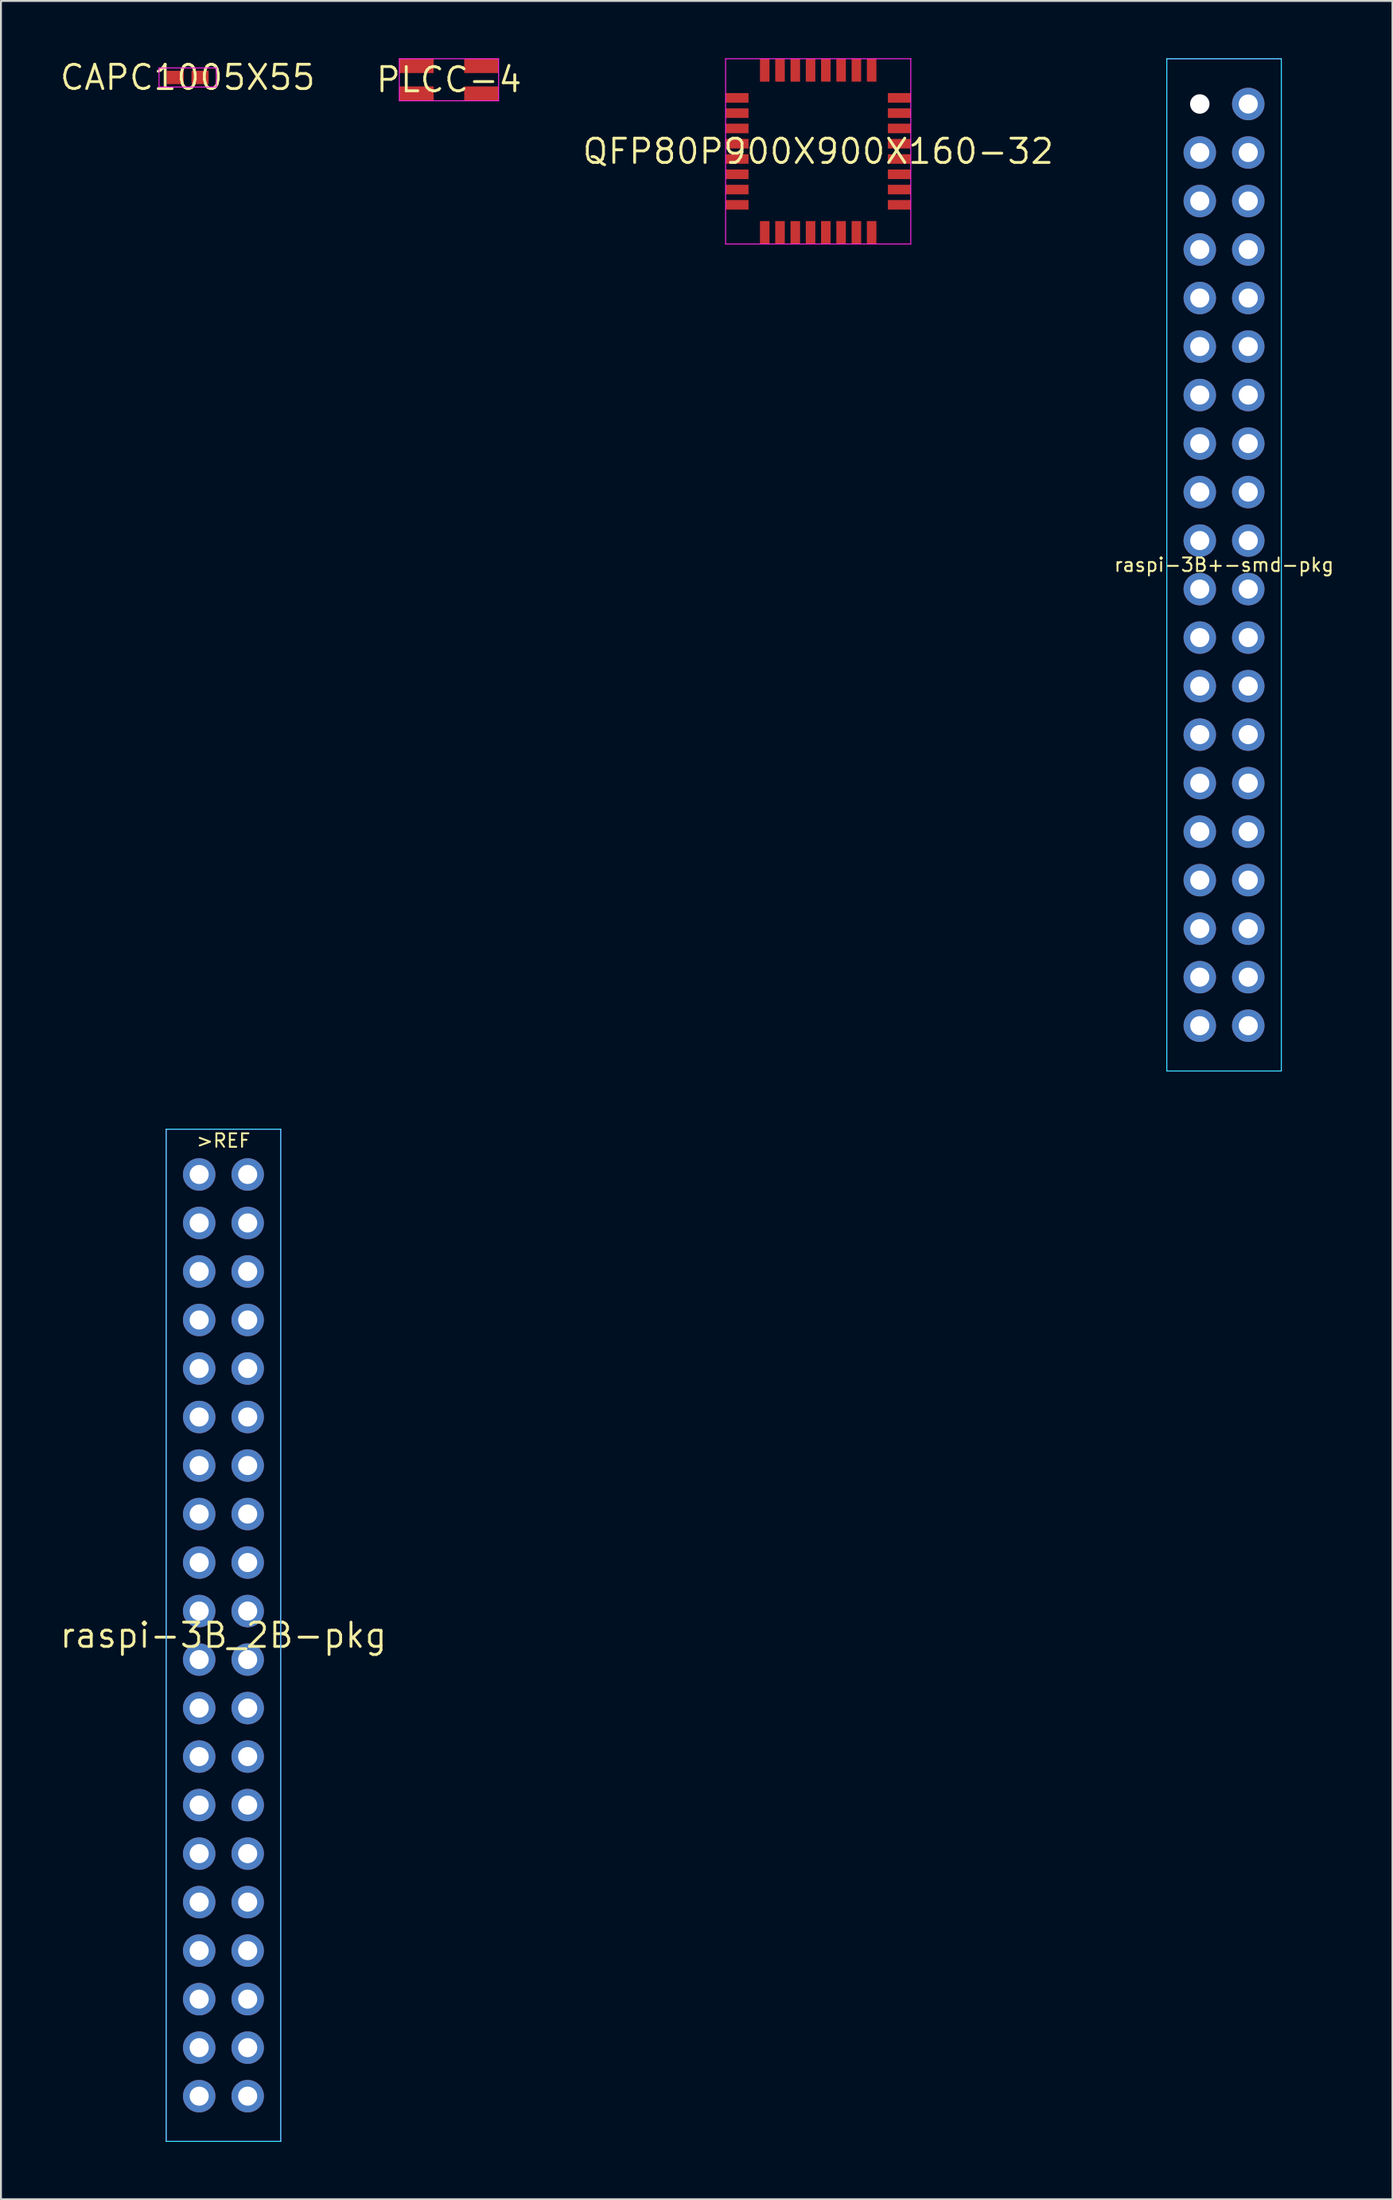
<source format=kicad_pcb>
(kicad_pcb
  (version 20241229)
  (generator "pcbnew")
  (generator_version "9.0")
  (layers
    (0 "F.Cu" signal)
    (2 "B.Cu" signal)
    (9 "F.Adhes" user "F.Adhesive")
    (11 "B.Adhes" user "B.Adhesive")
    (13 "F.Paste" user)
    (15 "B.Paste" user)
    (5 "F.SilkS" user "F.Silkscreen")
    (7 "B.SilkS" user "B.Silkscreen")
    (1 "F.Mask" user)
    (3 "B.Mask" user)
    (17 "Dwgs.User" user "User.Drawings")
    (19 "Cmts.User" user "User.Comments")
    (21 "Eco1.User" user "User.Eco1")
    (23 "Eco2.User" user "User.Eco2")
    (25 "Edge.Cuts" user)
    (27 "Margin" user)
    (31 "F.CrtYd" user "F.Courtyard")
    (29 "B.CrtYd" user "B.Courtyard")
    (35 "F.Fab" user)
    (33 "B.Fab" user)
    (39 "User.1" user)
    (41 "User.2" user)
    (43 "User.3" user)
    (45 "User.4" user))
  (footprint "QFP80P900X900X160-32"
    (layer "F.Cu")
    (at 39.812 4.875)
    (property "Reference" "QFP80P900X900X160-32" (at 0 0 0) (layer "F.SilkS") (effects (font (size 1.27 1.27) (thickness 0.15))))
    (attr through_hole)
    (fp_line (start -4.85 -4.85) (end -4.85 4.85) (stroke (width 0.05) (type solid)) (layer "F.CrtYd"))
    (fp_line (start -4.85 4.85) (end 4.85 4.85) (stroke (width 0.05) (type solid)) (layer "F.CrtYd"))
    (fp_line (start 4.85 -4.85) (end -4.85 -4.85) (stroke (width 0.05) (type solid)) (layer "F.CrtYd"))
    (fp_line (start 4.85 4.85) (end 4.85 -4.85) (stroke (width 0.05) (type solid)) (layer "F.CrtYd"))
    (pad "0" smd rect (at -2.8 4.25) (size 0.5 1.2) (layers "F.Cu" "F.Mask" "F.Paste"))
    (pad "1" smd rect (at -2 4.25) (size 0.5 1.2) (layers "F.Cu" "F.Mask" "F.Paste"))
    (pad "2" smd rect (at -1.2 4.25) (size 0.5 1.2) (layers "F.Cu" "F.Mask" "F.Paste"))
    (pad "3" smd rect (at -0.4 4.25) (size 0.5 1.2) (layers "F.Cu" "F.Mask" "F.Paste"))
    (pad "4" smd rect (at 0.4 4.25) (size 0.5 1.2) (layers "F.Cu" "F.Mask" "F.Paste"))
    (pad "5" smd rect (at 1.2 4.25) (size 0.5 1.2) (layers "F.Cu" "F.Mask" "F.Paste"))
    (pad "6" smd rect (at 2 4.25) (size 0.5 1.2) (layers "F.Cu" "F.Mask" "F.Paste"))
    (pad "7" smd rect (at 2.8 4.25) (size 0.5 1.2) (layers "F.Cu" "F.Mask" "F.Paste"))
    (pad "8" smd rect (at 4.25 2.8 90) (size 0.5 1.2) (layers "F.Cu" "F.Mask" "F.Paste"))
    (pad "9" smd rect (at 4.25 2 90) (size 0.5 1.2) (layers "F.Cu" "F.Mask" "F.Paste"))
    (pad "10" smd rect (at 4.25 1.2 90) (size 0.5 1.2) (layers "F.Cu" "F.Mask" "F.Paste"))
    (pad "11" smd rect (at 4.25 0.4 90) (size 0.5 1.2) (layers "F.Cu" "F.Mask" "F.Paste"))
    (pad "12" smd rect (at 4.25 -0.4 90) (size 0.5 1.2) (layers "F.Cu" "F.Mask" "F.Paste"))
    (pad "13" smd rect (at 4.25 -1.2 90) (size 0.5 1.2) (layers "F.Cu" "F.Mask" "F.Paste"))
    (pad "14" smd rect (at 4.25 -2 90) (size 0.5 1.2) (layers "F.Cu" "F.Mask" "F.Paste"))
    (pad "15" smd rect (at 4.25 -2.8 90) (size 0.5 1.2) (layers "F.Cu" "F.Mask" "F.Paste"))
    (pad "16" smd rect (at 2.8 -4.25 180) (size 0.5 1.2) (layers "F.Cu" "F.Mask" "F.Paste"))
    (pad "17" smd rect (at 2 -4.25 180) (size 0.5 1.2) (layers "F.Cu" "F.Mask" "F.Paste"))
    (pad "18" smd rect (at 1.2 -4.25 180) (size 0.5 1.2) (layers "F.Cu" "F.Mask" "F.Paste"))
    (pad "19" smd rect (at 0.4 -4.25 180) (size 0.5 1.2) (layers "F.Cu" "F.Mask" "F.Paste"))
    (pad "20" smd rect (at -0.4 -4.25 180) (size 0.5 1.2) (layers "F.Cu" "F.Mask" "F.Paste"))
    (pad "21" smd rect (at -1.2 -4.25 180) (size 0.5 1.2) (layers "F.Cu" "F.Mask" "F.Paste"))
    (pad "22" smd rect (at -2 -4.25 180) (size 0.5 1.2) (layers "F.Cu" "F.Mask" "F.Paste"))
    (pad "23" smd rect (at -2.8 -4.25 180) (size 0.5 1.2) (layers "F.Cu" "F.Mask" "F.Paste"))
    (pad "24" smd rect (at -4.25 -2.8 270) (size 0.5 1.2) (layers "F.Cu" "F.Mask" "F.Paste"))
    (pad "25" smd rect (at -4.25 -2 270) (size 0.5 1.2) (layers "F.Cu" "F.Mask" "F.Paste"))
    (pad "26" smd rect (at -4.25 -1.2 270) (size 0.5 1.2) (layers "F.Cu" "F.Mask" "F.Paste"))
    (pad "27" smd rect (at -4.25 -0.4 270) (size 0.5 1.2) (layers "F.Cu" "F.Mask" "F.Paste"))
    (pad "28" smd rect (at -4.25 0.4 270) (size 0.5 1.2) (layers "F.Cu" "F.Mask" "F.Paste"))
    (pad "29" smd rect (at -4.25 1.2 270) (size 0.5 1.2) (layers "F.Cu" "F.Mask" "F.Paste"))
    (pad "30" smd rect (at -4.25 2 270) (size 0.5 1.2) (layers "F.Cu" "F.Mask" "F.Paste"))
    (pad "31" smd rect (at -4.25 2.8 270) (size 0.5 1.2) (layers "F.Cu" "F.Mask" "F.Paste")))
  (footprint "raspi-3B_2B-pkg"
    (layer "F.Cu")
    (at 8.655 82.575)
    (property "Reference" "raspi-3B_2B-pkg" (at 0 0 0) (layer "F.SilkS") (effects (font (size 1.27 1.27) (thickness 0.15))))
    (attr through_hole)
    (fp_line (start -3 -26.5) (end -3 26.5) (stroke (width 0.05) (type solid)) (layer "B.CrtYd"))
    (fp_line (start -3 26.5) (end 3 26.5) (stroke (width 0.05) (type solid)) (layer "B.CrtYd"))
    (fp_line (start 3 -26.5) (end -3 -26.5) (stroke (width 0.05) (type solid)) (layer "B.CrtYd"))
    (fp_line (start 3 26.5) (end 3 -26.5) (stroke (width 0.05) (type solid)) (layer "B.CrtYd"))
    (fp_line (start -3 -26.5) (end -3 26.5) (stroke (width 0.05) (type solid)) (layer "F.CrtYd"))
    (fp_line (start -3 26.5) (end 3 26.5) (stroke (width 0.05) (type solid)) (layer "F.CrtYd"))
    (fp_line (start 3 -26.5) (end -3 -26.5) (stroke (width 0.05) (type solid)) (layer "F.CrtYd"))
    (fp_line (start 3 26.5) (end 3 -26.5) (stroke (width 0.05) (type solid)) (layer "F.CrtYd"))
    (fp_text user ">REF" (at 0 -25.9 0) (layer "F.SilkS") (effects (font (size 0.706 0.706) (thickness 0.1))))
    (pad "0" thru_hole circle (at -1.27 -24.13) (size 1.7 1.7) (drill 1) (layers "*.Cu" "F.Mask"))
    (pad "1" thru_hole circle (at 1.27 -24.13) (size 1.7 1.7) (drill 1) (layers "*.Cu" "F.Mask"))
    (pad "2" thru_hole circle (at -1.27 -21.59) (size 1.7 1.7) (drill 1) (layers "*.Cu" "F.Mask"))
    (pad "3" thru_hole circle (at 1.27 -21.59) (size 1.7 1.7) (drill 1) (layers "*.Cu" "F.Mask"))
    (pad "4" thru_hole circle (at -1.27 -19.05) (size 1.7 1.7) (drill 1) (layers "*.Cu" "F.Mask"))
    (pad "5" thru_hole circle (at 1.27 -19.05) (size 1.7 1.7) (drill 1) (layers "*.Cu" "F.Mask"))
    (pad "6" thru_hole circle (at -1.27 -16.51) (size 1.7 1.7) (drill 1) (layers "*.Cu" "F.Mask"))
    (pad "7" thru_hole circle (at 1.27 -16.51) (size 1.7 1.7) (drill 1) (layers "*.Cu" "F.Mask"))
    (pad "8" thru_hole circle (at -1.27 -13.97) (size 1.7 1.7) (drill 1) (layers "*.Cu" "F.Mask"))
    (pad "9" thru_hole circle (at 1.27 -13.97) (size 1.7 1.7) (drill 1) (layers "*.Cu" "F.Mask"))
    (pad "10" thru_hole circle (at -1.27 -11.43) (size 1.7 1.7) (drill 1) (layers "*.Cu" "F.Mask"))
    (pad "11" thru_hole circle (at 1.27 -11.43) (size 1.7 1.7) (drill 1) (layers "*.Cu" "F.Mask"))
    (pad "12" thru_hole circle (at -1.27 -8.89) (size 1.7 1.7) (drill 1) (layers "*.Cu" "F.Mask"))
    (pad "13" thru_hole circle (at 1.27 -8.89) (size 1.7 1.7) (drill 1) (layers "*.Cu" "F.Mask"))
    (pad "14" thru_hole circle (at -1.27 -6.35) (size 1.7 1.7) (drill 1) (layers "*.Cu" "F.Mask"))
    (pad "15" thru_hole circle (at 1.27 -6.35) (size 1.7 1.7) (drill 1) (layers "*.Cu" "F.Mask"))
    (pad "16" thru_hole circle (at -1.27 -3.81) (size 1.7 1.7) (drill 1) (layers "*.Cu" "F.Mask"))
    (pad "17" thru_hole circle (at 1.27 -3.81) (size 1.7 1.7) (drill 1) (layers "*.Cu" "F.Mask"))
    (pad "18" thru_hole circle (at -1.27 -1.27) (size 1.7 1.7) (drill 1) (layers "*.Cu" "F.Mask"))
    (pad "19" thru_hole circle (at 1.27 -1.27) (size 1.7 1.7) (drill 1) (layers "*.Cu" "F.Mask"))
    (pad "20" thru_hole circle (at -1.27 1.27) (size 1.7 1.7) (drill 1) (layers "*.Cu" "F.Mask"))
    (pad "21" thru_hole circle (at 1.27 1.27) (size 1.7 1.7) (drill 1) (layers "*.Cu" "F.Mask"))
    (pad "22" thru_hole circle (at -1.27 3.81) (size 1.7 1.7) (drill 1) (layers "*.Cu" "F.Mask"))
    (pad "23" thru_hole circle (at 1.27 3.81) (size 1.7 1.7) (drill 1) (layers "*.Cu" "F.Mask"))
    (pad "24" thru_hole circle (at -1.27 6.35) (size 1.7 1.7) (drill 1) (layers "*.Cu" "F.Mask"))
    (pad "25" thru_hole circle (at 1.27 6.35) (size 1.7 1.7) (drill 1) (layers "*.Cu" "F.Mask"))
    (pad "26" thru_hole circle (at -1.27 8.89) (size 1.7 1.7) (drill 1) (layers "*.Cu" "F.Mask"))
    (pad "27" thru_hole circle (at 1.27 8.89) (size 1.7 1.7) (drill 1) (layers "*.Cu" "F.Mask"))
    (pad "28" thru_hole circle (at -1.27 11.43) (size 1.7 1.7) (drill 1) (layers "*.Cu" "F.Mask"))
    (pad "29" thru_hole circle (at 1.27 11.43) (size 1.7 1.7) (drill 1) (layers "*.Cu" "F.Mask"))
    (pad "30" thru_hole circle (at -1.27 13.97) (size 1.7 1.7) (drill 1) (layers "*.Cu" "F.Mask"))
    (pad "31" thru_hole circle (at 1.27 13.97) (size 1.7 1.7) (drill 1) (layers "*.Cu" "F.Mask"))
    (pad "32" thru_hole circle (at -1.27 16.51) (size 1.7 1.7) (drill 1) (layers "*.Cu" "F.Mask"))
    (pad "33" thru_hole circle (at 1.27 16.51) (size 1.7 1.7) (drill 1) (layers "*.Cu" "F.Mask"))
    (pad "34" thru_hole circle (at -1.27 19.05) (size 1.7 1.7) (drill 1) (layers "*.Cu" "F.Mask"))
    (pad "35" thru_hole circle (at 1.27 19.05) (size 1.7 1.7) (drill 1) (layers "*.Cu" "F.Mask"))
    (pad "36" thru_hole circle (at -1.27 21.59) (size 1.7 1.7) (drill 1) (layers "*.Cu" "F.Mask"))
    (pad "37" thru_hole circle (at 1.27 21.59) (size 1.7 1.7) (drill 1) (layers "*.Cu" "F.Mask"))
    (pad "38" thru_hole circle (at -1.27 24.13) (size 1.7 1.7) (drill 1) (layers "*.Cu" "F.Mask"))
    (pad "39" thru_hole circle (at 1.27 24.13) (size 1.7 1.7) (drill 1) (layers "*.Cu" "F.Mask")))
  (footprint "PLCC-4"
    (layer "F.Cu")
    (at 20.469 1.125)
    (property "Reference" "PLCC-4" (at 0 0 0) (layer "F.SilkS") (effects (font (size 1.27 1.27) (thickness 0.15))))
    (attr through_hole)
    (fp_line (start -2.6 -1.1) (end -2.6 1.1) (stroke (width 0.05) (type solid)) (layer "F.CrtYd"))
    (fp_line (start -2.6 1.1) (end 2.6 1.1) (stroke (width 0.05) (type solid)) (layer "F.CrtYd"))
    (fp_line (start 2.6 -1.1) (end -2.6 -1.1) (stroke (width 0.05) (type solid)) (layer "F.CrtYd"))
    (fp_line (start 2.6 1.1) (end 2.6 -1.1) (stroke (width 0.05) (type solid)) (layer "F.CrtYd"))
    (pad "0" smd rect (at -1.7 -0.725) (size 1.8 0.75) (layers "F.Cu" "F.Mask" "F.Paste"))
    (pad "1" smd rect (at 1.7 -0.725) (size 1.8 0.75) (layers "F.Cu" "F.Mask" "F.Paste"))
    (pad "2" smd rect (at -1.7 0.725) (size 1.8 0.75) (layers "F.Cu" "F.Mask" "F.Paste"))
    (pad "3" smd rect (at 1.7 0.725) (size 1.8 0.75) (layers "F.Cu" "F.Mask" "F.Paste")))
  (footprint "raspi-3B+-smd-pkg"
    (layer "F.Cu")
    (at 61.072 26.525)
    (property "Reference" "raspi-3B+-smd-pkg" (at 0 0 0) (layer "F.SilkS") (effects (font (size 0.706 0.706) (thickness 0.1))))
    (attr through_hole)
    (fp_line (start -3 -26.5) (end -3 26.5) (stroke (width 0.05) (type solid)) (layer "B.CrtYd"))
    (fp_line (start -3 26.5) (end 3 26.5) (stroke (width 0.05) (type solid)) (layer "B.CrtYd"))
    (fp_line (start 3 -26.5) (end -3 -26.5) (stroke (width 0.05) (type solid)) (layer "B.CrtYd"))
    (fp_line (start 3 26.5) (end 3 -26.5) (stroke (width 0.05) (type solid)) (layer "B.CrtYd"))
    (fp_line (start -3 -26.5) (end -3 26.5) (stroke (width 0.05) (type solid)) (layer "F.CrtYd"))
    (fp_line (start -3 26.5) (end 3 26.5) (stroke (width 0.05) (type solid)) (layer "F.CrtYd"))
    (fp_line (start 3 -26.5) (end -3 -26.5) (stroke (width 0.05) (type solid)) (layer "F.CrtYd"))
    (fp_line (start 3 26.5) (end 3 -26.5) (stroke (width 0.05) (type solid)) (layer "F.CrtYd"))
    (pad "" np_thru_hole circle (at -1.27 -24.13) (size 1.02 1.02) (drill 1.02) (layers "*.Cu"))
    (pad "1" thru_hole circle (at 1.27 -24.13) (size 1.7 1.7) (drill 1) (layers "*.Cu" "F.Mask"))
    (pad "2" thru_hole circle (at -1.27 -21.59) (size 1.7 1.7) (drill 1) (layers "*.Cu" "F.Mask"))
    (pad "3" thru_hole circle (at 1.27 -21.59) (size 1.7 1.7) (drill 1) (layers "*.Cu" "F.Mask"))
    (pad "4" thru_hole circle (at -1.27 -19.05) (size 1.7 1.7) (drill 1) (layers "*.Cu" "F.Mask"))
    (pad "5" thru_hole circle (at 1.27 -19.05) (size 1.7 1.7) (drill 1) (layers "*.Cu" "F.Mask"))
    (pad "6" thru_hole circle (at -1.27 -16.51) (size 1.7 1.7) (drill 1) (layers "*.Cu" "F.Mask"))
    (pad "7" thru_hole circle (at 1.27 -16.51) (size 1.7 1.7) (drill 1) (layers "*.Cu" "F.Mask"))
    (pad "8" thru_hole circle (at -1.27 -13.97) (size 1.7 1.7) (drill 1) (layers "*.Cu" "F.Mask"))
    (pad "9" thru_hole circle (at 1.27 -13.97) (size 1.7 1.7) (drill 1) (layers "*.Cu" "F.Mask"))
    (pad "10" thru_hole circle (at -1.27 -11.43) (size 1.7 1.7) (drill 1) (layers "*.Cu" "F.Mask"))
    (pad "11" thru_hole circle (at 1.27 -11.43) (size 1.7 1.7) (drill 1) (layers "*.Cu" "F.Mask"))
    (pad "12" thru_hole circle (at -1.27 -8.89) (size 1.7 1.7) (drill 1) (layers "*.Cu" "F.Mask"))
    (pad "13" thru_hole circle (at 1.27 -8.89) (size 1.7 1.7) (drill 1) (layers "*.Cu" "F.Mask"))
    (pad "14" thru_hole circle (at -1.27 -6.35) (size 1.7 1.7) (drill 1) (layers "*.Cu" "F.Mask"))
    (pad "15" thru_hole circle (at 1.27 -6.35) (size 1.7 1.7) (drill 1) (layers "*.Cu" "F.Mask"))
    (pad "16" thru_hole circle (at -1.27 -3.81) (size 1.7 1.7) (drill 1) (layers "*.Cu" "F.Mask"))
    (pad "17" thru_hole circle (at 1.27 -3.81) (size 1.7 1.7) (drill 1) (layers "*.Cu" "F.Mask"))
    (pad "18" thru_hole circle (at -1.27 -1.27) (size 1.7 1.7) (drill 1) (layers "*.Cu" "F.Mask"))
    (pad "19" thru_hole circle (at 1.27 -1.27) (size 1.7 1.7) (drill 1) (layers "*.Cu" "F.Mask"))
    (pad "20" thru_hole circle (at -1.27 1.27) (size 1.7 1.7) (drill 1) (layers "*.Cu" "F.Mask"))
    (pad "21" thru_hole circle (at 1.27 1.27) (size 1.7 1.7) (drill 1) (layers "*.Cu" "F.Mask"))
    (pad "22" thru_hole circle (at -1.27 3.81) (size 1.7 1.7) (drill 1) (layers "*.Cu" "F.Mask"))
    (pad "23" thru_hole circle (at 1.27 3.81) (size 1.7 1.7) (drill 1) (layers "*.Cu" "F.Mask"))
    (pad "24" thru_hole circle (at -1.27 6.35) (size 1.7 1.7) (drill 1) (layers "*.Cu" "F.Mask"))
    (pad "25" thru_hole circle (at 1.27 6.35) (size 1.7 1.7) (drill 1) (layers "*.Cu" "F.Mask"))
    (pad "26" thru_hole circle (at -1.27 8.89) (size 1.7 1.7) (drill 1) (layers "*.Cu" "F.Mask"))
    (pad "27" thru_hole circle (at 1.27 8.89) (size 1.7 1.7) (drill 1) (layers "*.Cu" "F.Mask"))
    (pad "28" thru_hole circle (at -1.27 11.43) (size 1.7 1.7) (drill 1) (layers "*.Cu" "F.Mask"))
    (pad "29" thru_hole circle (at 1.27 11.43) (size 1.7 1.7) (drill 1) (layers "*.Cu" "F.Mask"))
    (pad "30" thru_hole circle (at -1.27 13.97) (size 1.7 1.7) (drill 1) (layers "*.Cu" "F.Mask"))
    (pad "31" thru_hole circle (at 1.27 13.97) (size 1.7 1.7) (drill 1) (layers "*.Cu" "F.Mask"))
    (pad "32" thru_hole circle (at -1.27 16.51) (size 1.7 1.7) (drill 1) (layers "*.Cu" "F.Mask"))
    (pad "33" thru_hole circle (at 1.27 16.51) (size 1.7 1.7) (drill 1) (layers "*.Cu" "F.Mask"))
    (pad "34" thru_hole circle (at -1.27 19.05) (size 1.7 1.7) (drill 1) (layers "*.Cu" "F.Mask"))
    (pad "35" thru_hole circle (at 1.27 19.05) (size 1.7 1.7) (drill 1) (layers "*.Cu" "F.Mask"))
    (pad "36" thru_hole circle (at -1.27 21.59) (size 1.7 1.7) (drill 1) (layers "*.Cu" "F.Mask"))
    (pad "37" thru_hole circle (at 1.27 21.59) (size 1.7 1.7) (drill 1) (layers "*.Cu" "F.Mask"))
    (pad "38" thru_hole circle (at -1.27 24.13) (size 1.7 1.7) (drill 1) (layers "*.Cu" "F.Mask"))
    (pad "39" thru_hole circle (at 1.27 24.13) (size 1.7 1.7) (drill 1) (layers "*.Cu" "F.Mask")))
  (footprint "CAPC1005X55"
    (layer "F.Cu")
    (at 6.781 1.006)
    (property "Reference" "CAPC1005X55" (at 0 0 0) (layer "F.SilkS") (effects (font (size 1.27 1.27) (thickness 0.15))))
    (attr through_hole)
    (fp_line (start -1.5 -0.5) (end -1.5 0.5) (stroke (width 0.05) (type solid)) (layer "F.CrtYd"))
    (fp_line (start -1.5 0.5) (end 1.5 0.5) (stroke (width 0.05) (type solid)) (layer "F.CrtYd"))
    (fp_line (start 1.5 -0.5) (end -1.5 -0.5) (stroke (width 0.05) (type solid)) (layer "F.CrtYd"))
    (fp_line (start 1.5 0.5) (end 1.5 -0.5) (stroke (width 0.05) (type solid)) (layer "F.CrtYd"))
    (pad "0" smd rect (at -0.65 0) (size 0.9 0.7) (layers "F.Cu" "F.Mask" "F.Paste"))
    (pad "1" smd rect (at 0.65 0) (size 0.9 0.7) (layers "F.Cu" "F.Mask" "F.Paste")))
  (gr_rect
    (start -3 -3)
    (end 69.897 112.1)
    (stroke (width 0.1) (type default))
    (fill no)
    (layer "Edge.Cuts")))
</source>
